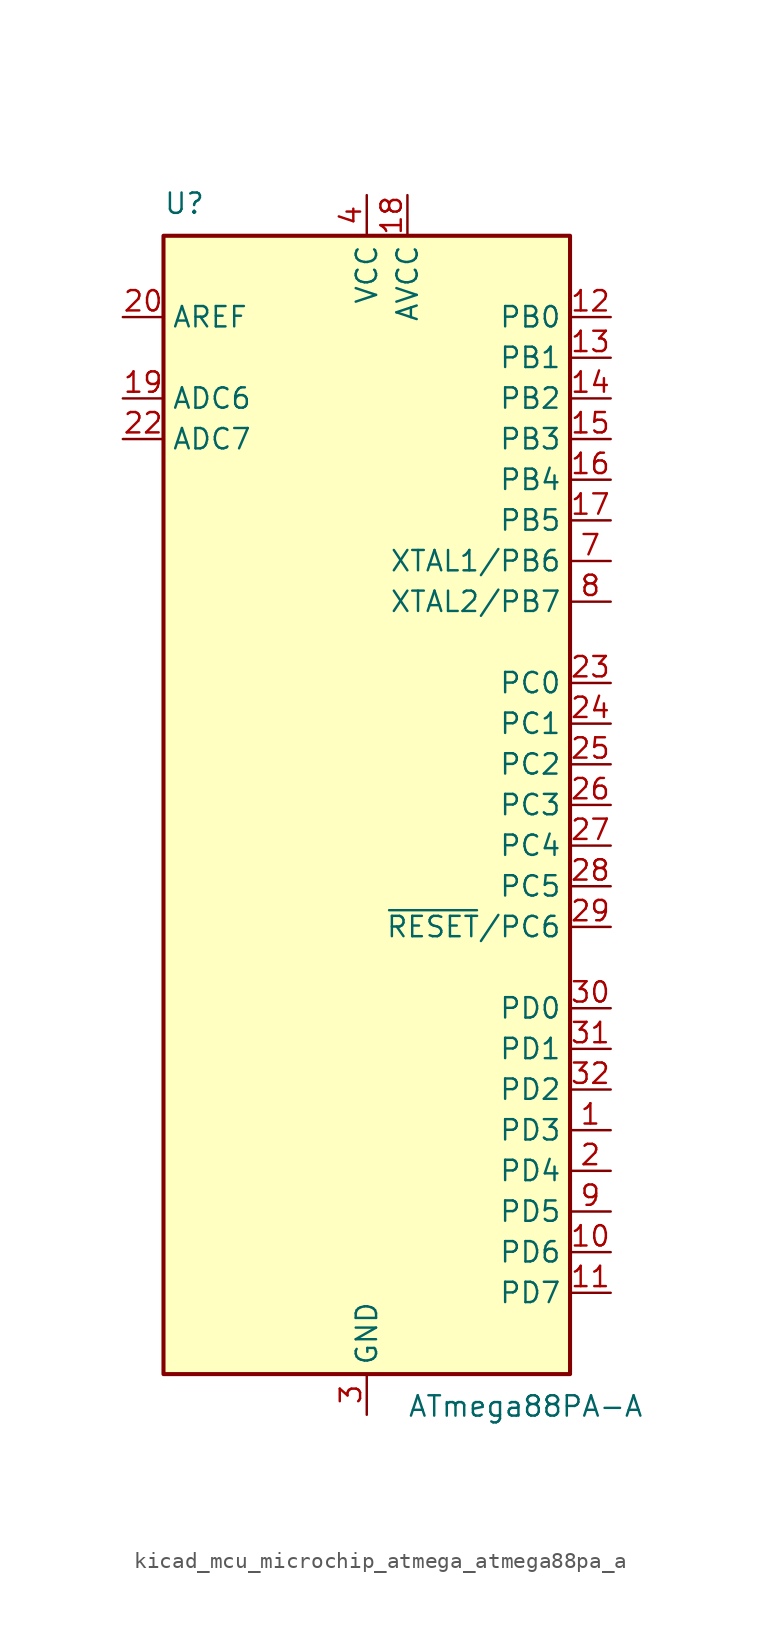
<source format=kicad_sym>
(kicad_symbol_lib
  (version 20220914)
  (generator kicad_symbol_editor)
  (symbol "kicad_mcu_microchip_atmega_atmega88pa_a"
    (property "Reference" "U"
      (at -12.7 36.83 0)
      (effects (font (size 1.27 1.27)) (justify left bottom)))
    (property "Value" "ATmega88PA-A"
      (at 2.54 -36.83 0)
      (effects (font (size 1.27 1.27)) (justify left top)))
    (symbol "kicad_mcu_microchip_atmega_atmega88pa_a_0_1"
      (rectangle (start -12.7 -35.56) (end 12.7 35.56) (stroke (width 0.254) (type default)) (fill (type background))))
    (symbol "kicad_mcu_microchip_atmega_atmega88pa_a_1_1"
      (pin bidirectional line (at 15.24 -20.32 180) (length 2.54) (name "PD3" (effects (font (size 1.27 1.27)))) (number "1" (effects (font (size 1.27 1.27)))))
      (pin bidirectional line (at 15.24 -27.94 180) (length 2.54) (name "PD6" (effects (font (size 1.27 1.27)))) (number "10" (effects (font (size 1.27 1.27)))))
      (pin bidirectional line (at 15.24 -30.48 180) (length 2.54) (name "PD7" (effects (font (size 1.27 1.27)))) (number "11" (effects (font (size 1.27 1.27)))))
      (pin bidirectional line (at 15.24 30.48 180) (length 2.54) (name "PB0" (effects (font (size 1.27 1.27)))) (number "12" (effects (font (size 1.27 1.27)))))
      (pin bidirectional line (at 15.24 27.94 180) (length 2.54) (name "PB1" (effects (font (size 1.27 1.27)))) (number "13" (effects (font (size 1.27 1.27)))))
      (pin bidirectional line (at 15.24 25.4 180) (length 2.54) (name "PB2" (effects (font (size 1.27 1.27)))) (number "14" (effects (font (size 1.27 1.27)))))
      (pin bidirectional line (at 15.24 22.86 180) (length 2.54) (name "PB3" (effects (font (size 1.27 1.27)))) (number "15" (effects (font (size 1.27 1.27)))))
      (pin bidirectional line (at 15.24 20.32 180) (length 2.54) (name "PB4" (effects (font (size 1.27 1.27)))) (number "16" (effects (font (size 1.27 1.27)))))
      (pin bidirectional line (at 15.24 17.78 180) (length 2.54) (name "PB5" (effects (font (size 1.27 1.27)))) (number "17" (effects (font (size 1.27 1.27)))))
      (pin power_in line (at 2.54 38.1 270) (length 2.54) (name "AVCC" (effects (font (size 1.27 1.27)))) (number "18" (effects (font (size 1.27 1.27)))))
      (pin input line (at -15.24 25.4 0) (length 2.54) (name "ADC6" (effects (font (size 1.27 1.27)))) (number "19" (effects (font (size 1.27 1.27)))))
      (pin bidirectional line (at 15.24 -22.86 180) (length 2.54) (name "PD4" (effects (font (size 1.27 1.27)))) (number "2" (effects (font (size 1.27 1.27)))))
      (pin passive line (at -15.24 30.48 0) (length 2.54) (name "AREF" (effects (font (size 1.27 1.27)))) (number "20" (effects (font (size 1.27 1.27)))))
      (pin passive line (at 0 -38.1 90) (length 2.54) hide (name "GND" (effects (font (size 1.27 1.27)))) (number "21" (effects (font (size 1.27 1.27)))))
      (pin input line (at -15.24 22.86 0) (length 2.54) (name "ADC7" (effects (font (size 1.27 1.27)))) (number "22" (effects (font (size 1.27 1.27)))))
      (pin bidirectional line (at 15.24 7.62 180) (length 2.54) (name "PC0" (effects (font (size 1.27 1.27)))) (number "23" (effects (font (size 1.27 1.27)))))
      (pin bidirectional line (at 15.24 5.08 180) (length 2.54) (name "PC1" (effects (font (size 1.27 1.27)))) (number "24" (effects (font (size 1.27 1.27)))))
      (pin bidirectional line (at 15.24 2.54 180) (length 2.54) (name "PC2" (effects (font (size 1.27 1.27)))) (number "25" (effects (font (size 1.27 1.27)))))
      (pin bidirectional line (at 15.24 0 180) (length 2.54) (name "PC3" (effects (font (size 1.27 1.27)))) (number "26" (effects (font (size 1.27 1.27)))))
      (pin bidirectional line (at 15.24 -2.54 180) (length 2.54) (name "PC4" (effects (font (size 1.27 1.27)))) (number "27" (effects (font (size 1.27 1.27)))))
      (pin bidirectional line (at 15.24 -5.08 180) (length 2.54) (name "PC5" (effects (font (size 1.27 1.27)))) (number "28" (effects (font (size 1.27 1.27)))))
      (pin bidirectional line (at 15.24 -7.62 180) (length 2.54) (name "~{RESET}/PC6" (effects (font (size 1.27 1.27)))) (number "29" (effects (font (size 1.27 1.27)))))
      (pin power_in line (at 0 -38.1 90) (length 2.54) (name "GND" (effects (font (size 1.27 1.27)))) (number "3" (effects (font (size 1.27 1.27)))))
      (pin bidirectional line (at 15.24 -12.7 180) (length 2.54) (name "PD0" (effects (font (size 1.27 1.27)))) (number "30" (effects (font (size 1.27 1.27)))))
      (pin bidirectional line (at 15.24 -15.24 180) (length 2.54) (name "PD1" (effects (font (size 1.27 1.27)))) (number "31" (effects (font (size 1.27 1.27)))))
      (pin bidirectional line (at 15.24 -17.78 180) (length 2.54) (name "PD2" (effects (font (size 1.27 1.27)))) (number "32" (effects (font (size 1.27 1.27)))))
      (pin power_in line (at 0 38.1 270) (length 2.54) (name "VCC" (effects (font (size 1.27 1.27)))) (number "4" (effects (font (size 1.27 1.27)))))
      (pin passive line (at 0 -38.1 90) (length 2.54) hide (name "GND" (effects (font (size 1.27 1.27)))) (number "5" (effects (font (size 1.27 1.27)))))
      (pin passive line (at 0 38.1 270) (length 2.54) hide (name "VCC" (effects (font (size 1.27 1.27)))) (number "6" (effects (font (size 1.27 1.27)))))
      (pin bidirectional line (at 15.24 15.24 180) (length 2.54) (name "XTAL1/PB6" (effects (font (size 1.27 1.27)))) (number "7" (effects (font (size 1.27 1.27)))))
      (pin bidirectional line (at 15.24 12.7 180) (length 2.54) (name "XTAL2/PB7" (effects (font (size 1.27 1.27)))) (number "8" (effects (font (size 1.27 1.27)))))
      (pin bidirectional line (at 15.24 -25.4 180) (length 2.54) (name "PD5" (effects (font (size 1.27 1.27)))) (number "9" (effects (font (size 1.27 1.27))))))))
</source>
